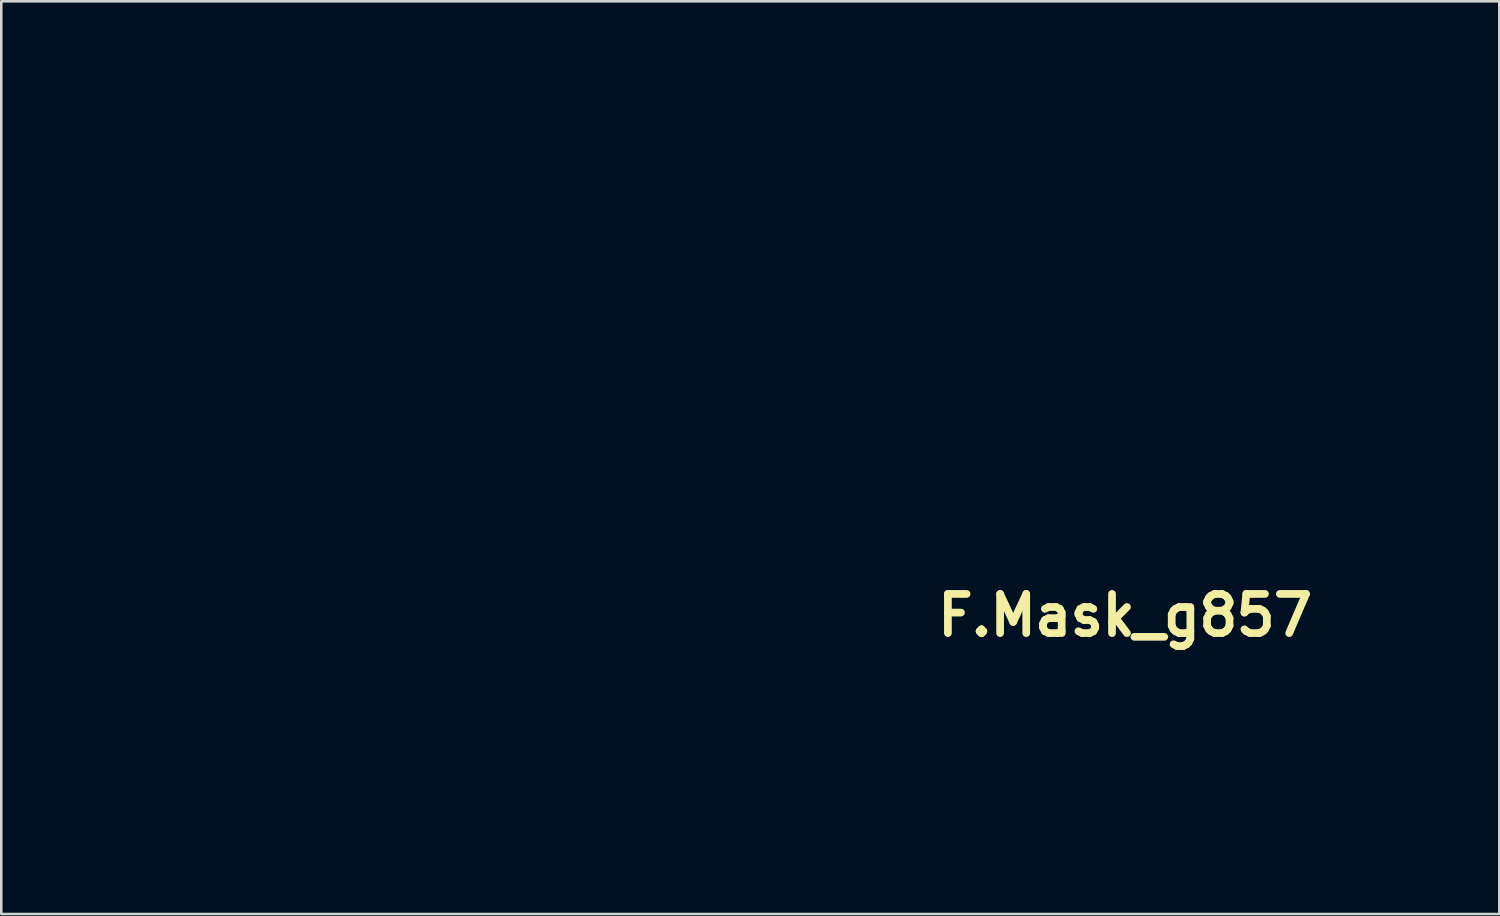
<source format=kicad_pcb>
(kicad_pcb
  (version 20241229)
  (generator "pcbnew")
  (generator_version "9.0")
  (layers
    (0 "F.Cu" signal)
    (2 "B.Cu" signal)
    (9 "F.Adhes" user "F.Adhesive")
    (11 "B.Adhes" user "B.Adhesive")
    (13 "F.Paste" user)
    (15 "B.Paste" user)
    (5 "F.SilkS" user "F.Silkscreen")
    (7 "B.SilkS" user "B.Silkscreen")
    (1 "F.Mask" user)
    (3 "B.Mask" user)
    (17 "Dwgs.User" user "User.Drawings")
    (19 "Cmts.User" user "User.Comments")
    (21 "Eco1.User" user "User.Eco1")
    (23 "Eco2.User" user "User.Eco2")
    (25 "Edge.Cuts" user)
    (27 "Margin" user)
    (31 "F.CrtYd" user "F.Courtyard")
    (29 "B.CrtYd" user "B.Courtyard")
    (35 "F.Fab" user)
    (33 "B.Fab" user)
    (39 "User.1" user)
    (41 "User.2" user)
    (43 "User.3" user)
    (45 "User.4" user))
  (footprint "F.Mask_g857"
    (layer "F.Cu")
    (at 40.73 20.896)
    (property "Reference" "F.Mask_g857" (at 0 0 0) (layer "F.SilkS") (effects (font (size 1.524 1.524) (thickness 0.3))))
    (attr through_hole)
    (fp_poly (pts (xy -38.608 2.286) (xy -40.725 2.286) (xy -40.725 1.736) (xy -38.608 1.736) (xy -38.608 2.286)) (stroke (width 0.01) (type solid)) (fill yes) (layer "F.Mask"))
    (fp_poly (pts (xy -37.55 2.286) (xy -38.1 2.286) (xy -38.1 1.736) (xy -37.55 1.736) (xy -37.55 2.286)) (stroke (width 0.01) (type solid)) (fill yes) (layer "F.Mask"))
    (fp_poly (pts (xy 11.557 -6.096) (xy -1.037 -6.096) (xy -1.037 -20.892) (xy 11.557 -20.892) (xy 11.557 -6.096)) (stroke (width 0.01) (type solid)) (fill yes) (layer "F.Mask"))
    (fp_poly (pts (xy -38.079 -4.572) (xy -37.02 -4.572) (xy -37.02 -4.064) (xy -36.491 -4.064) (xy -36.491 -3.514) (xy -37.042 -3.514) (xy -37.042 -4.043) (xy -38.079 -4.043) (xy -38.079 -3.514) (xy -38.629 -3.514) (xy -38.629 -4.043) (xy -40.725 -4.043) (xy -40.725 -4.572) (xy -38.629 -4.572) (xy -38.629 -5.101) (xy -38.079 -5.101) (xy -38.079 -4.572)) (stroke (width 0.01) (type solid)) (fill yes) (layer "F.Mask"))
    (fp_poly (pts (xy -38.079 -1.418) (xy -37.55 -1.418) (xy -37.55 -0.339) (xy -38.079 -0.339) (xy -38.079 0.191) (xy -39.666 0.191) (xy -39.666 -1.397) (xy -39.137 -1.397) (xy -39.137 -0.36) (xy -38.1 -0.36) (xy -38.1 -1.397) (xy -39.137 -1.397) (xy -39.666 -1.397) (xy -40.174 -1.397) (xy -40.174 -0.339) (xy -40.725 -0.339) (xy -40.725 -1.418) (xy -40.196 -1.418) (xy -40.196 -1.947) (xy -38.079 -1.947) (xy -38.079 -1.418)) (stroke (width 0.01) (type solid)) (fill yes) (layer "F.Mask"))
    (fp_poly (pts (xy -38.608 -9.356) (xy -38.1 -9.356) (xy -38.1 -9.885) (xy -37.55 -9.885) (xy -37.55 -9.356) (xy -37.02 -9.356) (xy -37.02 -8.826) (xy -36.513 -8.826) (xy -36.513 -10.414) (xy -35.962 -10.414) (xy -35.962 -7.747) (xy -36.513 -7.747) (xy -36.513 -8.276) (xy -37.042 -8.276) (xy -37.042 -8.805) (xy -37.571 -8.805) (xy -37.571 -9.335) (xy -38.079 -9.335) (xy -38.079 -8.805) (xy -38.608 -8.805) (xy -38.608 -6.689) (xy -39.158 -6.689) (xy -39.158 -8.276) (xy -40.196 -8.276) (xy -40.196 -8.805) (xy -40.725 -8.805) (xy -40.725 -9.885) (xy -40.196 -9.885) (xy -40.196 -10.415) (xy -39.656 -10.403) (xy -39.644 -9.864) (xy -40.174 -9.864) (xy -40.174 -8.826) (xy -39.158 -8.826) (xy -39.158 -11.451) (xy -38.608 -11.451) (xy -38.608 -9.356)) (stroke (width 0.01) (type solid)) (fill yes) (layer "F.Mask"))
    (fp_poly (pts (xy -37.02 -15.706) (xy -36.513 -15.706) (xy -36.513 -17.272) (xy -35.962 -17.272) (xy -35.962 -13.568) (xy -36.513 -13.568) (xy -36.513 -15.155) (xy -37.02 -15.155) (xy -37.02 -13.039) (xy -38.1 -13.039) (xy -38.1 -13.568) (xy -39.666 -13.568) (xy -39.666 -14.097) (xy -38.079 -14.097) (xy -38.079 -13.589) (xy -37.571 -13.589) (xy -37.571 -14.097) (xy -38.079 -14.097) (xy -39.666 -14.097) (xy -39.666 -15.155) (xy -39.137 -15.155) (xy -39.137 -14.118) (xy -38.629 -14.118) (xy -38.629 -15.155) (xy -38.079 -15.155) (xy -38.079 -14.647) (xy -37.571 -14.647) (xy -37.571 -15.155) (xy -38.079 -15.155) (xy -38.629 -15.155) (xy -39.137 -15.155) (xy -39.666 -15.155) (xy -40.174 -15.155) (xy -40.174 -13.039) (xy -40.725 -13.039) (xy -40.725 -15.177) (xy -40.196 -15.177) (xy -40.196 -15.706) (xy -39.666 -15.706) (xy -39.666 -16.743) (xy -39.137 -16.743) (xy -39.137 -15.706) (xy -38.629 -15.706) (xy -38.629 -16.214) (xy -38.079 -16.214) (xy -38.079 -15.706) (xy -37.571 -15.706) (xy -37.571 -16.214) (xy -38.079 -16.214) (xy -38.629 -16.214) (xy -38.629 -16.743) (xy -39.137 -16.743) (xy -39.666 -16.743) (xy -39.666 -17.251) (xy -38.079 -17.251) (xy -38.079 -16.764) (xy -37.571 -16.764) (xy -37.571 -17.251) (xy -38.079 -17.251) (xy -39.666 -17.251) (xy -39.666 -17.272) (xy -38.1 -17.272) (xy -38.1 -17.801) (xy -37.02 -17.801) (xy -37.02 -15.706)) (stroke (width 0.01) (type solid)) (fill yes) (layer "F.Mask"))
    (fp_poly (pts (xy -38.079 4.911) (xy -37.042 4.911) (xy -37.042 4.403) (xy -37.571 4.403) (xy -37.571 3.852) (xy -35.962 3.852) (xy -35.962 4.403) (xy -36.491 4.403) (xy -36.491 4.911) (xy -35.962 4.911) (xy -35.962 5.461) (xy -36.491 5.461) (xy -36.491 5.99) (xy -37.02 5.99) (xy -37.02 6.498) (xy -35.962 6.498) (xy -35.962 7.027) (xy -36.491 7.027) (xy -36.491 8.615) (xy -40.196 8.615) (xy -40.196 8.086) (xy -40.725 8.086) (xy -40.725 7.027) (xy -40.174 7.027) (xy -40.174 8.065) (xy -39.158 8.065) (xy -39.158 7.556) (xy -38.608 7.556) (xy -38.608 8.065) (xy -37.042 8.065) (xy -37.042 7.556) (xy -38.608 7.556) (xy -39.158 7.556) (xy -39.666 7.556) (xy -39.666 7.027) (xy -39.137 7.027) (xy -39.137 7.535) (xy -38.629 7.535) (xy -38.629 7.027) (xy -39.137 7.027) (xy -39.666 7.027) (xy -40.174 7.027) (xy -40.725 7.027) (xy -40.725 7.006) (xy -40.196 7.006) (xy -40.196 6.519) (xy -39.645 6.519) (xy -39.645 7.006) (xy -39.158 7.006) (xy -39.158 6.519) (xy -39.645 6.519) (xy -40.196 6.519) (xy -40.196 6.498) (xy -39.666 6.498) (xy -39.666 5.969) (xy -39.137 5.969) (xy -39.137 6.498) (xy -38.608 6.498) (xy -38.608 7.006) (xy -37.042 7.006) (xy -37.042 6.519) (xy -38.1 6.519) (xy -38.1 5.99) (xy -38.629 5.99) (xy -38.629 5.461) (xy -38.079 5.461) (xy -38.079 5.969) (xy -37.042 5.969) (xy -37.042 5.461) (xy -38.079 5.461) (xy -38.629 5.461) (xy -40.725 5.461) (xy -40.725 4.911) (xy -38.629 4.911) (xy -38.629 3.852) (xy -38.079 3.852) (xy -38.079 4.911)) (stroke (width 0.01) (type solid)) (fill yes) (layer "F.Mask")))
  (gr_rect
    (start -3 -3)
    (end 55.292 32.516)
    (stroke (width 0.1) (type default))
    (fill no)
    (layer "Edge.Cuts")))
</source>
